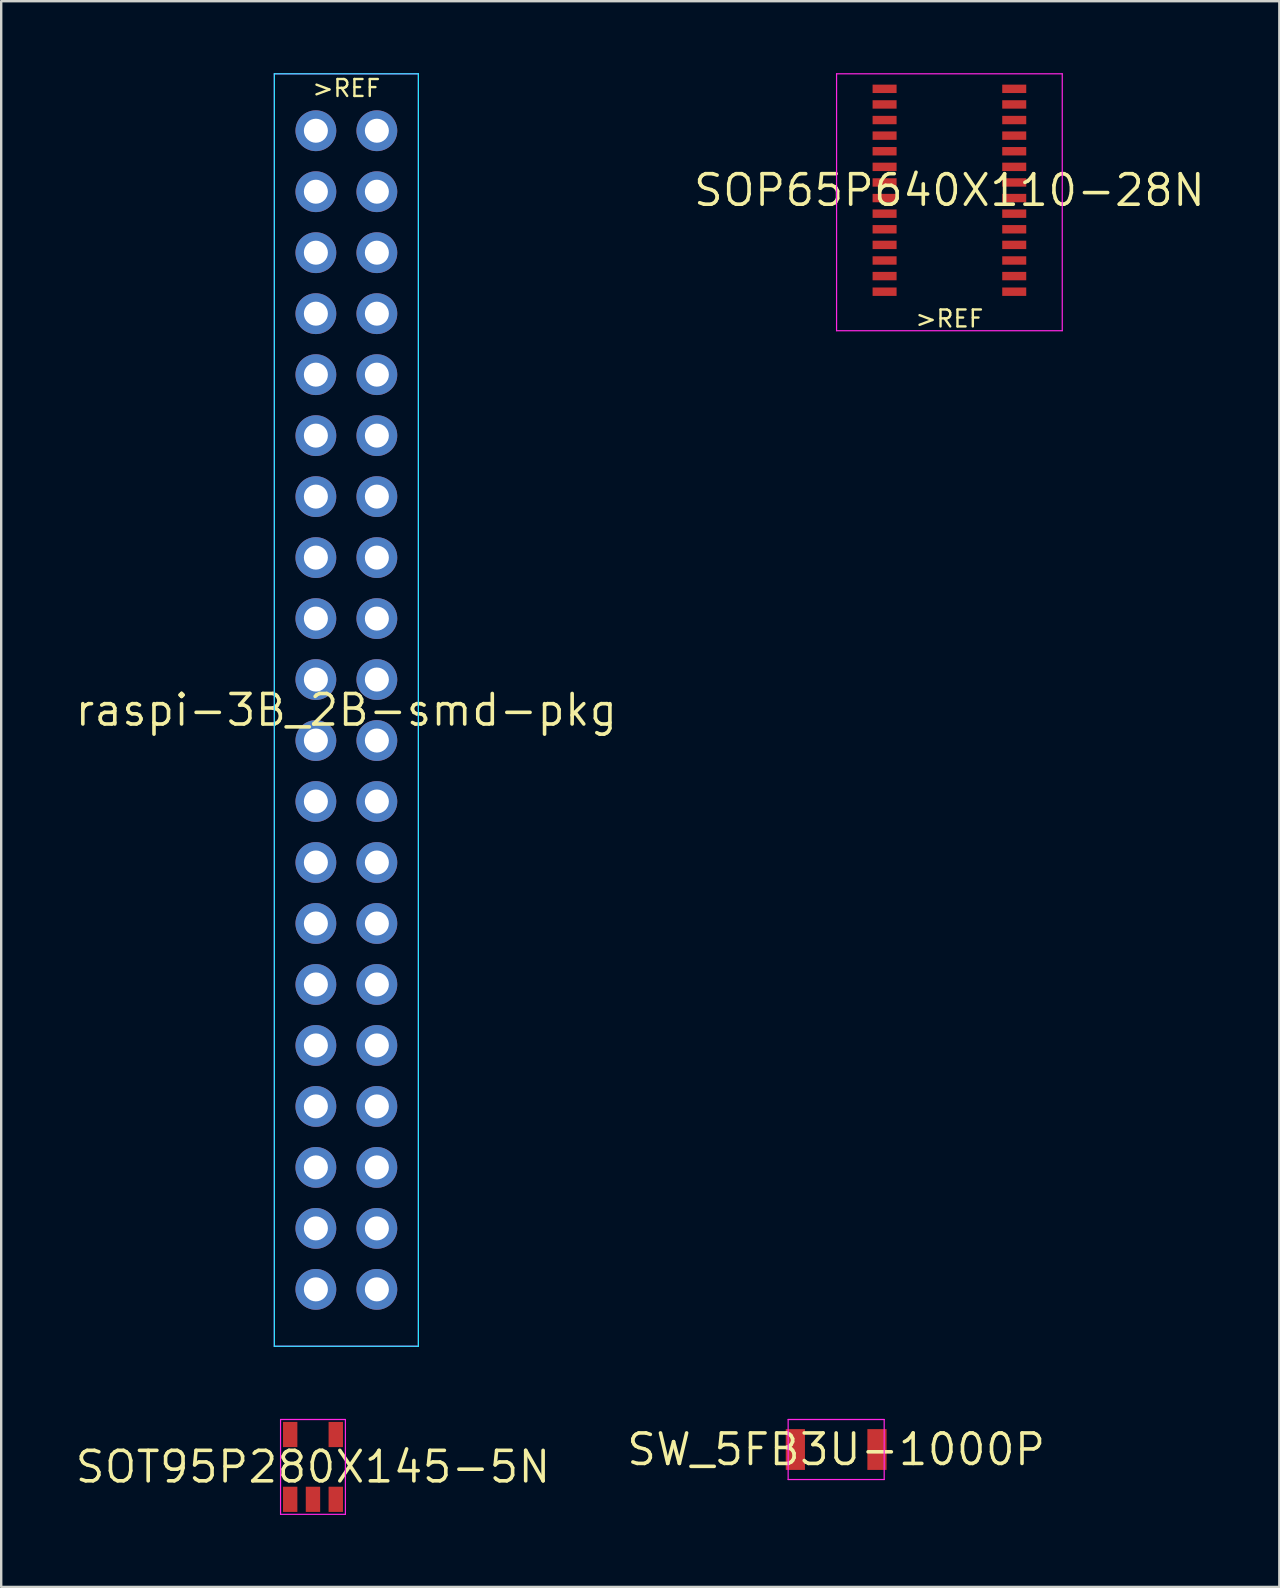
<source format=kicad_pcb>
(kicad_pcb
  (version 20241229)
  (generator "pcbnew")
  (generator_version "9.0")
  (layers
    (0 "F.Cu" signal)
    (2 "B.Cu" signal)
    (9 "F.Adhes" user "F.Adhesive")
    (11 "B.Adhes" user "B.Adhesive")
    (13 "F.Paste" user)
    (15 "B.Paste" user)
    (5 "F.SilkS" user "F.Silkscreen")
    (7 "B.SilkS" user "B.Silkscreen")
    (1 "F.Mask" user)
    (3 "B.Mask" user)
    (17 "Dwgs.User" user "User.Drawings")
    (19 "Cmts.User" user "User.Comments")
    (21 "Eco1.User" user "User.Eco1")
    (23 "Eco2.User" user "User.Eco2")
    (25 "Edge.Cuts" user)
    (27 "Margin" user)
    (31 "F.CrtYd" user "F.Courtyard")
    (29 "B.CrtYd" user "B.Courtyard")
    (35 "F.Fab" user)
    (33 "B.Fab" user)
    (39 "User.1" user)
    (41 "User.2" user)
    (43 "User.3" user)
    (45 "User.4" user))
  (footprint "raspi-3B_2B-smd-pkg"
    (layer "F.Cu")
    (at 11.377 26.525)
    (property "Reference" "raspi-3B_2B-smd-pkg" (at 0 0 0) (layer "F.SilkS") (effects (font (size 1.27 1.27) (thickness 0.15))))
    (attr through_hole)
    (fp_line (start -3 -26.5) (end -3 26.5) (stroke (width 0.05) (type solid)) (layer "B.CrtYd"))
    (fp_line (start -3 26.5) (end 3 26.5) (stroke (width 0.05) (type solid)) (layer "B.CrtYd"))
    (fp_line (start 3 -26.5) (end -3 -26.5) (stroke (width 0.05) (type solid)) (layer "B.CrtYd"))
    (fp_line (start 3 26.5) (end 3 -26.5) (stroke (width 0.05) (type solid)) (layer "B.CrtYd"))
    (fp_line (start -3 -26.5) (end -3 26.5) (stroke (width 0.05) (type solid)) (layer "F.CrtYd"))
    (fp_line (start -3 26.5) (end 3 26.5) (stroke (width 0.05) (type solid)) (layer "F.CrtYd"))
    (fp_line (start 3 -26.5) (end -3 -26.5) (stroke (width 0.05) (type solid)) (layer "F.CrtYd"))
    (fp_line (start 3 26.5) (end 3 -26.5) (stroke (width 0.05) (type solid)) (layer "F.CrtYd"))
    (fp_text user ">REF" (at 0 -25.9 0) (layer "F.SilkS") (effects (font (size 0.706 0.706) (thickness 0.1))))
    (pad "0" thru_hole circle (at -1.27 -24.13) (size 1.7 1.7) (drill 1) (layers "*.Cu" "F.Mask"))
    (pad "1" thru_hole circle (at 1.27 -24.13) (size 1.7 1.7) (drill 1) (layers "*.Cu" "F.Mask"))
    (pad "2" thru_hole circle (at -1.27 -21.59) (size 1.7 1.7) (drill 1) (layers "*.Cu" "F.Mask"))
    (pad "3" thru_hole circle (at 1.27 -21.59) (size 1.7 1.7) (drill 1) (layers "*.Cu" "F.Mask"))
    (pad "4" thru_hole circle (at -1.27 -19.05) (size 1.7 1.7) (drill 1) (layers "*.Cu" "F.Mask"))
    (pad "5" thru_hole circle (at 1.27 -19.05) (size 1.7 1.7) (drill 1) (layers "*.Cu" "F.Mask"))
    (pad "6" thru_hole circle (at -1.27 -16.51) (size 1.7 1.7) (drill 1) (layers "*.Cu" "F.Mask"))
    (pad "7" thru_hole circle (at 1.27 -16.51) (size 1.7 1.7) (drill 1) (layers "*.Cu" "F.Mask"))
    (pad "8" thru_hole circle (at -1.27 -13.97) (size 1.7 1.7) (drill 1) (layers "*.Cu" "F.Mask"))
    (pad "9" thru_hole circle (at 1.27 -13.97) (size 1.7 1.7) (drill 1) (layers "*.Cu" "F.Mask"))
    (pad "10" thru_hole circle (at -1.27 -11.43) (size 1.7 1.7) (drill 1) (layers "*.Cu" "F.Mask"))
    (pad "11" thru_hole circle (at 1.27 -11.43) (size 1.7 1.7) (drill 1) (layers "*.Cu" "F.Mask"))
    (pad "12" thru_hole circle (at -1.27 -8.89) (size 1.7 1.7) (drill 1) (layers "*.Cu" "F.Mask"))
    (pad "13" thru_hole circle (at 1.27 -8.89) (size 1.7 1.7) (drill 1) (layers "*.Cu" "F.Mask"))
    (pad "14" thru_hole circle (at -1.27 -6.35) (size 1.7 1.7) (drill 1) (layers "*.Cu" "F.Mask"))
    (pad "15" thru_hole circle (at 1.27 -6.35) (size 1.7 1.7) (drill 1) (layers "*.Cu" "F.Mask"))
    (pad "16" thru_hole circle (at -1.27 -3.81) (size 1.7 1.7) (drill 1) (layers "*.Cu" "F.Mask"))
    (pad "17" thru_hole circle (at 1.27 -3.81) (size 1.7 1.7) (drill 1) (layers "*.Cu" "F.Mask"))
    (pad "18" thru_hole circle (at -1.27 -1.27) (size 1.7 1.7) (drill 1) (layers "*.Cu" "F.Mask"))
    (pad "19" thru_hole circle (at 1.27 -1.27) (size 1.7 1.7) (drill 1) (layers "*.Cu" "F.Mask"))
    (pad "20" thru_hole circle (at -1.27 1.27) (size 1.7 1.7) (drill 1) (layers "*.Cu" "F.Mask"))
    (pad "21" thru_hole circle (at 1.27 1.27) (size 1.7 1.7) (drill 1) (layers "*.Cu" "F.Mask"))
    (pad "22" thru_hole circle (at -1.27 3.81) (size 1.7 1.7) (drill 1) (layers "*.Cu" "F.Mask"))
    (pad "23" thru_hole circle (at 1.27 3.81) (size 1.7 1.7) (drill 1) (layers "*.Cu" "F.Mask"))
    (pad "24" thru_hole circle (at -1.27 6.35) (size 1.7 1.7) (drill 1) (layers "*.Cu" "F.Mask"))
    (pad "25" thru_hole circle (at 1.27 6.35) (size 1.7 1.7) (drill 1) (layers "*.Cu" "F.Mask"))
    (pad "26" thru_hole circle (at -1.27 8.89) (size 1.7 1.7) (drill 1) (layers "*.Cu" "F.Mask"))
    (pad "27" thru_hole circle (at 1.27 8.89) (size 1.7 1.7) (drill 1) (layers "*.Cu" "F.Mask"))
    (pad "28" thru_hole circle (at -1.27 11.43) (size 1.7 1.7) (drill 1) (layers "*.Cu" "F.Mask"))
    (pad "29" thru_hole circle (at 1.27 11.43) (size 1.7 1.7) (drill 1) (layers "*.Cu" "F.Mask"))
    (pad "30" thru_hole circle (at -1.27 13.97) (size 1.7 1.7) (drill 1) (layers "*.Cu" "F.Mask"))
    (pad "31" thru_hole circle (at 1.27 13.97) (size 1.7 1.7) (drill 1) (layers "*.Cu" "F.Mask"))
    (pad "32" thru_hole circle (at -1.27 16.51) (size 1.7 1.7) (drill 1) (layers "*.Cu" "F.Mask"))
    (pad "33" thru_hole circle (at 1.27 16.51) (size 1.7 1.7) (drill 1) (layers "*.Cu" "F.Mask"))
    (pad "34" thru_hole circle (at -1.27 19.05) (size 1.7 1.7) (drill 1) (layers "*.Cu" "F.Mask"))
    (pad "35" thru_hole circle (at 1.27 19.05) (size 1.7 1.7) (drill 1) (layers "*.Cu" "F.Mask"))
    (pad "36" thru_hole circle (at -1.27 21.59) (size 1.7 1.7) (drill 1) (layers "*.Cu" "F.Mask"))
    (pad "37" thru_hole circle (at 1.27 21.59) (size 1.7 1.7) (drill 1) (layers "*.Cu" "F.Mask"))
    (pad "38" thru_hole circle (at -1.27 24.13) (size 1.7 1.7) (drill 1) (layers "*.Cu" "F.Mask"))
    (pad "39" thru_hole circle (at 1.27 24.13) (size 1.7 1.7) (drill 1) (layers "*.Cu" "F.Mask")))
  (footprint "SOP65P640X110-28N"
    (layer "F.Cu")
    (at 36.495 4.875)
    (property "Reference" "SOP65P640X110-28N" (at 0 0 0) (layer "F.SilkS") (effects (font (size 1.27 1.27) (thickness 0.15))))
    (attr through_hole)
    (fp_line (start -4.7 -4.85) (end -4.7 5.85) (stroke (width 0.05) (type solid)) (layer "F.CrtYd"))
    (fp_line (start -4.7 5.85) (end 4.7 5.85) (stroke (width 0.05) (type solid)) (layer "F.CrtYd"))
    (fp_line (start 4.7 -4.85) (end -4.7 -4.85) (stroke (width 0.05) (type solid)) (layer "F.CrtYd"))
    (fp_line (start 4.7 5.85) (end 4.7 -4.85) (stroke (width 0.05) (type solid)) (layer "F.CrtYd"))
    (fp_text user ">REF" (at 0 5.35 0) (layer "F.SilkS") (effects (font (size 0.706 0.706) (thickness 0.1))))
    (pad "0" smd rect (at -2.7 -4.225 270) (size 0.35 1) (layers "F.Cu" "F.Mask" "F.Paste"))
    (pad "1" smd rect (at -2.7 -3.575 270) (size 0.35 1) (layers "F.Cu" "F.Mask" "F.Paste"))
    (pad "2" smd rect (at -2.7 -2.925 270) (size 0.35 1) (layers "F.Cu" "F.Mask" "F.Paste"))
    (pad "3" smd rect (at -2.7 -2.275 270) (size 0.35 1) (layers "F.Cu" "F.Mask" "F.Paste"))
    (pad "4" smd rect (at -2.7 -1.625 270) (size 0.35 1) (layers "F.Cu" "F.Mask" "F.Paste"))
    (pad "5" smd rect (at -2.7 -0.975 270) (size 0.35 1) (layers "F.Cu" "F.Mask" "F.Paste"))
    (pad "6" smd rect (at -2.7 -0.325 270) (size 0.35 1) (layers "F.Cu" "F.Mask" "F.Paste"))
    (pad "7" smd rect (at -2.7 0.325 270) (size 0.35 1) (layers "F.Cu" "F.Mask" "F.Paste"))
    (pad "8" smd rect (at -2.7 0.975 270) (size 0.35 1) (layers "F.Cu" "F.Mask" "F.Paste"))
    (pad "9" smd rect (at -2.7 1.625 270) (size 0.35 1) (layers "F.Cu" "F.Mask" "F.Paste"))
    (pad "10" smd rect (at -2.7 2.275 270) (size 0.35 1) (layers "F.Cu" "F.Mask" "F.Paste"))
    (pad "11" smd rect (at -2.7 2.925 270) (size 0.35 1) (layers "F.Cu" "F.Mask" "F.Paste"))
    (pad "12" smd rect (at -2.7 3.575 270) (size 0.35 1) (layers "F.Cu" "F.Mask" "F.Paste"))
    (pad "13" smd rect (at -2.7 4.225 270) (size 0.35 1) (layers "F.Cu" "F.Mask" "F.Paste"))
    (pad "14" smd rect (at 2.7 4.225 90) (size 0.35 1) (layers "F.Cu" "F.Mask" "F.Paste"))
    (pad "15" smd rect (at 2.7 3.575 90) (size 0.35 1) (layers "F.Cu" "F.Mask" "F.Paste"))
    (pad "16" smd rect (at 2.7 2.925 90) (size 0.35 1) (layers "F.Cu" "F.Mask" "F.Paste"))
    (pad "17" smd rect (at 2.7 2.275 90) (size 0.35 1) (layers "F.Cu" "F.Mask" "F.Paste"))
    (pad "18" smd rect (at 2.7 1.625 90) (size 0.35 1) (layers "F.Cu" "F.Mask" "F.Paste"))
    (pad "19" smd rect (at 2.7 0.975 90) (size 0.35 1) (layers "F.Cu" "F.Mask" "F.Paste"))
    (pad "20" smd rect (at 2.7 0.325 90) (size 0.35 1) (layers "F.Cu" "F.Mask" "F.Paste"))
    (pad "21" smd rect (at 2.7 -0.325 90) (size 0.35 1) (layers "F.Cu" "F.Mask" "F.Paste"))
    (pad "22" smd rect (at 2.7 -0.975 90) (size 0.35 1) (layers "F.Cu" "F.Mask" "F.Paste"))
    (pad "23" smd rect (at 2.7 -1.625 90) (size 0.35 1) (layers "F.Cu" "F.Mask" "F.Paste"))
    (pad "24" smd rect (at 2.7 -2.275 90) (size 0.35 1) (layers "F.Cu" "F.Mask" "F.Paste"))
    (pad "25" smd rect (at 2.7 -2.925 90) (size 0.35 1) (layers "F.Cu" "F.Mask" "F.Paste"))
    (pad "26" smd rect (at 2.7 -3.575 90) (size 0.35 1) (layers "F.Cu" "F.Mask" "F.Paste"))
    (pad "27" smd rect (at 2.7 -4.225 90) (size 0.35 1) (layers "F.Cu" "F.Mask" "F.Paste")))
  (footprint "SOT95P280X145-5N"
    (layer "F.Cu")
    (at 9.986 58.05)
    (property "Reference" "SOT95P280X145-5N" (at 0 0 0) (layer "F.SilkS") (effects (font (size 1.27 1.27) (thickness 0.15))))
    (attr through_hole)
    (fp_line (start -1.35 -1.975) (end -1.35 1.975) (stroke (width 0.05) (type solid)) (layer "F.CrtYd"))
    (fp_line (start -1.35 1.975) (end 1.35 1.975) (stroke (width 0.05) (type solid)) (layer "F.CrtYd"))
    (fp_line (start 1.35 -1.975) (end -1.35 -1.975) (stroke (width 0.05) (type solid)) (layer "F.CrtYd"))
    (fp_line (start 1.35 1.975) (end 1.35 -1.975) (stroke (width 0.05) (type solid)) (layer "F.CrtYd"))
    (pad "0" smd rect (at -0.95 1.35) (size 0.6 1.05) (layers "F.Cu" "F.Mask" "F.Paste"))
    (pad "1" smd rect (at 0 1.35) (size 0.6 1.05) (layers "F.Cu" "F.Mask" "F.Paste"))
    (pad "2" smd rect (at 0.95 1.35) (size 0.6 1.05) (layers "F.Cu" "F.Mask" "F.Paste"))
    (pad "3" smd rect (at 0.95 -1.35) (size 0.6 1.05) (layers "F.Cu" "F.Mask" "F.Paste"))
    (pad "4" smd rect (at -0.95 -1.35) (size 0.6 1.05) (layers "F.Cu" "F.Mask" "F.Paste")))
  (footprint "SW_5FB3U-1000P"
    (layer "F.Cu")
    (at 31.778 57.325)
    (property "Reference" "SW_5FB3U-1000P" (at 0 0 0) (layer "F.SilkS") (effects (font (size 1.27 1.27) (thickness 0.15))))
    (attr through_hole)
    (fp_line (start -2 -1.25) (end -2 1.25) (stroke (width 0.05) (type solid)) (layer "F.CrtYd"))
    (fp_line (start -2 1.25) (end 2 1.25) (stroke (width 0.05) (type solid)) (layer "F.CrtYd"))
    (fp_line (start 2 -1.25) (end -2 -1.25) (stroke (width 0.05) (type solid)) (layer "F.CrtYd"))
    (fp_line (start 2 1.25) (end 2 -1.25) (stroke (width 0.05) (type solid)) (layer "F.CrtYd"))
    (pad "0" smd rect (at -1.7 0) (size 0.8 1.7) (layers "F.Cu" "F.Mask" "F.Paste"))
    (pad "1" smd rect (at 1.7 0) (size 0.8 1.7) (layers "F.Cu" "F.Mask" "F.Paste")))
  (gr_rect
    (start -3 -3)
    (end 50.237 63.05)
    (stroke (width 0.1) (type default))
    (fill no)
    (layer "Edge.Cuts")))
</source>
